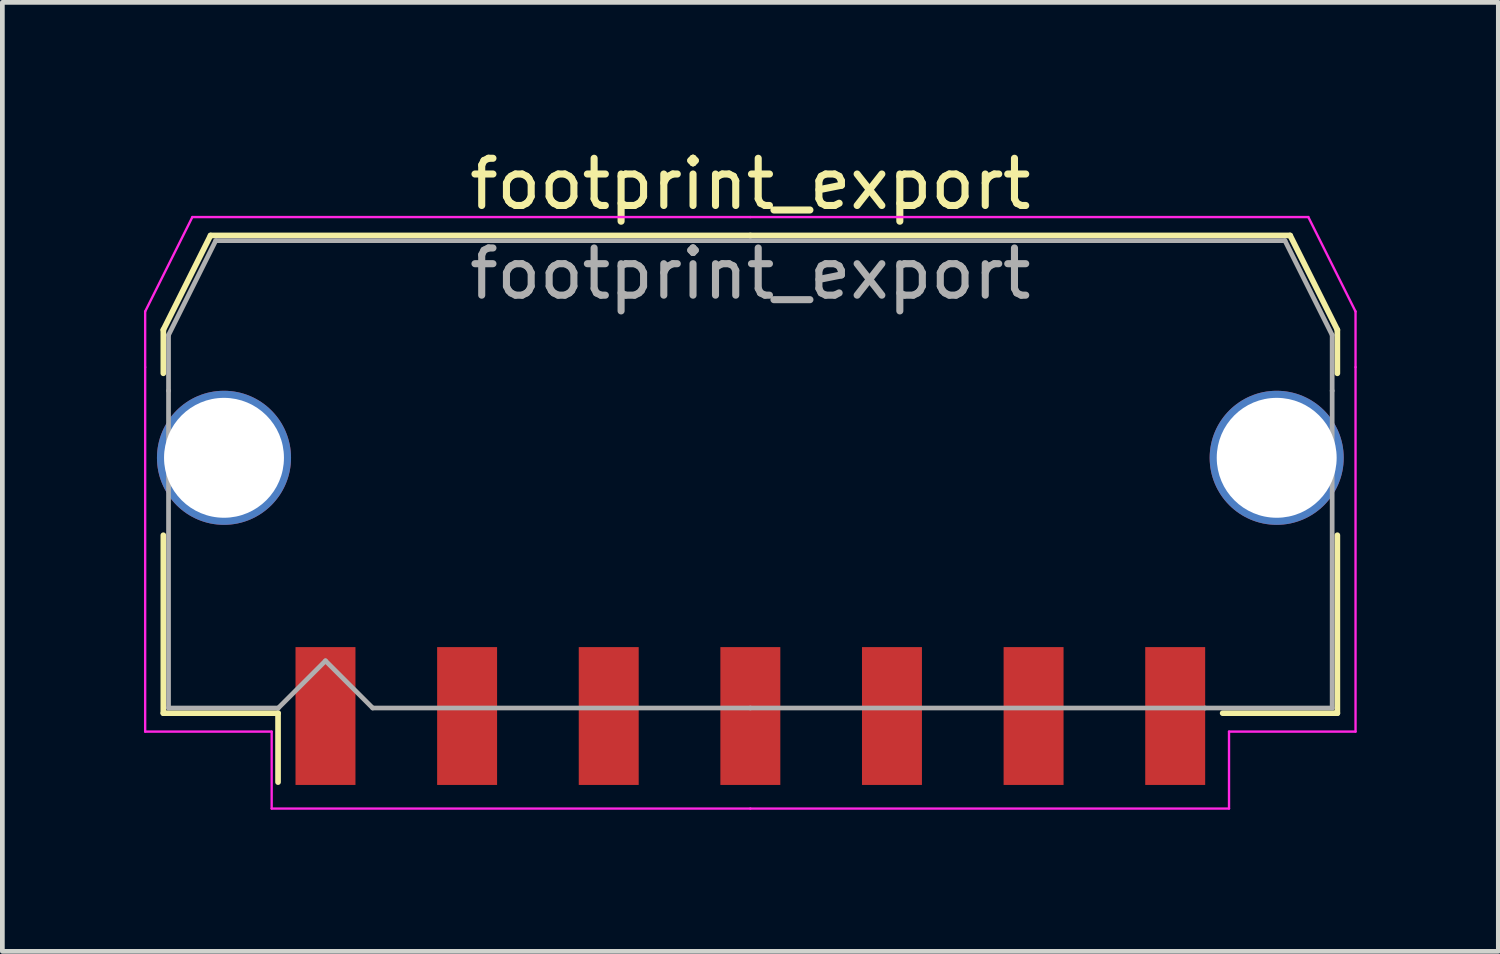
<source format=kicad_pcb>
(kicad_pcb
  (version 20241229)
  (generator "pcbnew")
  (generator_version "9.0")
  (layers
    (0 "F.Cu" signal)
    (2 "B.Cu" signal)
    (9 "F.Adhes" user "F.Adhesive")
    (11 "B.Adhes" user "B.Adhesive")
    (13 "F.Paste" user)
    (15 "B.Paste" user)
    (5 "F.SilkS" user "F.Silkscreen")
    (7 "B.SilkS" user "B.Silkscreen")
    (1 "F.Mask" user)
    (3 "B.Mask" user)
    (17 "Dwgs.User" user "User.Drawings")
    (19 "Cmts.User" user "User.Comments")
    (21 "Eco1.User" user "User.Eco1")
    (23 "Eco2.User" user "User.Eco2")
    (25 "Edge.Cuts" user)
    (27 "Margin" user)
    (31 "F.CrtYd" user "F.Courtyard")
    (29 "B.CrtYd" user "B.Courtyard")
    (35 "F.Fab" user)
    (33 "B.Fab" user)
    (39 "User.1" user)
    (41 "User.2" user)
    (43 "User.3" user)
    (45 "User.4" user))
  (footprint "footprint_export"
    (layer "F.Cu")
    (at 12.845 6.998)
    (property "Reference" "footprint_export" (at 0 -6.15 0) (layer "F.SilkS") (effects (font (size 1 1) (thickness 0.15))))
    (attr smd)
    (fp_line (start -12.435 -3.06) (end -12.435 -2.14) (stroke (width 0.12) (type solid)) (layer "F.SilkS"))
    (fp_line (start -12.435 1.29) (end -12.435 5.06) (stroke (width 0.12) (type solid)) (layer "F.SilkS"))
    (fp_line (start -12.435 5.06) (end -10.005 5.06) (stroke (width 0.12) (type solid)) (layer "F.SilkS"))
    (fp_line (start -11.435 -5.06) (end -12.435 -3.06) (stroke (width 0.12) (type solid)) (layer "F.SilkS"))
    (fp_line (start -10.005 5.06) (end -10.005 6.52) (stroke (width 0.12) (type solid)) (layer "F.SilkS"))
    (fp_line (start 0 -5.06) (end -11.435 -5.06) (stroke (width 0.12) (type solid)) (layer "F.SilkS"))
    (fp_line (start 0 -5.06) (end 11.435 -5.06) (stroke (width 0.12) (type solid)) (layer "F.SilkS"))
    (fp_line (start 11.435 -5.06) (end 12.435 -3.06) (stroke (width 0.12) (type solid)) (layer "F.SilkS"))
    (fp_line (start 12.435 -3.06) (end 12.435 -2.14) (stroke (width 0.12) (type solid)) (layer "F.SilkS"))
    (fp_line (start 12.435 1.29) (end 12.435 5.06) (stroke (width 0.12) (type solid)) (layer "F.SilkS"))
    (fp_line (start 12.435 5.06) (end 10.005 5.06) (stroke (width 0.12) (type solid)) (layer "F.SilkS"))
    (fp_line (start -12.82 -3.45) (end -12.82 -2.27) (stroke (width 0.05) (type solid)) (layer "F.CrtYd"))
    (fp_line (start -12.82 -2.27) (end -12.82 5.45) (stroke (width 0.05) (type solid)) (layer "F.CrtYd"))
    (fp_line (start -12.82 5.45) (end -10.14 5.45) (stroke (width 0.05) (type solid)) (layer "F.CrtYd"))
    (fp_line (start -11.82 -5.45) (end -12.82 -3.45) (stroke (width 0.05) (type solid)) (layer "F.CrtYd"))
    (fp_line (start -10.14 5.45) (end -10.14 7.08) (stroke (width 0.05) (type solid)) (layer "F.CrtYd"))
    (fp_line (start -10.14 7.08) (end 0 7.08) (stroke (width 0.05) (type solid)) (layer "F.CrtYd"))
    (fp_line (start 0 -5.45) (end -11.82 -5.45) (stroke (width 0.05) (type solid)) (layer "F.CrtYd"))
    (fp_line (start 0 -5.45) (end 11.82 -5.45) (stroke (width 0.05) (type solid)) (layer "F.CrtYd"))
    (fp_line (start 10.14 5.45) (end 10.14 7.08) (stroke (width 0.05) (type solid)) (layer "F.CrtYd"))
    (fp_line (start 10.14 7.08) (end 0 7.08) (stroke (width 0.05) (type solid)) (layer "F.CrtYd"))
    (fp_line (start 11.82 -5.45) (end 12.82 -3.45) (stroke (width 0.05) (type solid)) (layer "F.CrtYd"))
    (fp_line (start 12.82 -3.45) (end 12.82 -2.27) (stroke (width 0.05) (type solid)) (layer "F.CrtYd"))
    (fp_line (start 12.82 -2.27) (end 12.82 5.45) (stroke (width 0.05) (type solid)) (layer "F.CrtYd"))
    (fp_line (start 12.82 5.45) (end 10.14 5.45) (stroke (width 0.05) (type solid)) (layer "F.CrtYd"))
    (fp_line (start -12.325 -2.95) (end -12.325 -1.77) (stroke (width 0.1) (type solid)) (layer "F.Fab"))
    (fp_line (start -12.325 -1.77) (end -12.325 4.95) (stroke (width 0.1) (type solid)) (layer "F.Fab"))
    (fp_line (start -12.325 4.95) (end -10 4.95) (stroke (width 0.1) (type solid)) (layer "F.Fab"))
    (fp_line (start -11.325 -4.95) (end -12.325 -2.95) (stroke (width 0.1) (type solid)) (layer "F.Fab"))
    (fp_line (start -10 4.95) (end -9 3.95) (stroke (width 0.1) (type solid)) (layer "F.Fab"))
    (fp_line (start -9 3.95) (end -8 4.95) (stroke (width 0.1) (type solid)) (layer "F.Fab"))
    (fp_line (start -8 4.95) (end 0 4.95) (stroke (width 0.1) (type solid)) (layer "F.Fab"))
    (fp_line (start 0 -4.95) (end -11.325 -4.95) (stroke (width 0.1) (type solid)) (layer "F.Fab"))
    (fp_line (start 0 -4.95) (end 11.325 -4.95) (stroke (width 0.1) (type solid)) (layer "F.Fab"))
    (fp_line (start 9.635 4.95) (end 0 4.95) (stroke (width 0.1) (type solid)) (layer "F.Fab"))
    (fp_line (start 11.325 -4.95) (end 12.325 -2.95) (stroke (width 0.1) (type solid)) (layer "F.Fab"))
    (fp_line (start 12.325 -2.95) (end 12.325 -1.77) (stroke (width 0.1) (type solid)) (layer "F.Fab"))
    (fp_line (start 12.325 -1.77) (end 12.325 4.95) (stroke (width 0.1) (type solid)) (layer "F.Fab"))
    (fp_line (start 12.325 4.95) (end 9.635 4.95) (stroke (width 0.1) (type solid)) (layer "F.Fab"))
    (fp_text user "${REFERENCE}" (at 0 -4.25 0) (layer "F.Fab") (effects (font (size 1 1) (thickness 0.15))))
    (pad "1" smd rect (at -9 5.12) (size 1.27 2.92) (layers "F.Cu" "F.Mask" "F.Paste"))
    (pad "2" smd rect (at -6 5.12) (size 1.27 2.92) (layers "F.Cu" "F.Mask" "F.Paste"))
    (pad "3" smd rect (at -3 5.12) (size 1.27 2.92) (layers "F.Cu" "F.Mask" "F.Paste"))
    (pad "4" smd rect (at 0 5.12) (size 1.27 2.92) (layers "F.Cu" "F.Mask" "F.Paste"))
    (pad "5" smd rect (at 3 5.12) (size 1.27 2.92) (layers "F.Cu" "F.Mask" "F.Paste"))
    (pad "6" smd rect (at 6 5.12) (size 1.27 2.92) (layers "F.Cu" "F.Mask" "F.Paste"))
    (pad "7" smd rect (at 9 5.12) (size 1.27 2.92) (layers "F.Cu" "F.Mask" "F.Paste"))
    (pad "MP" thru_hole circle (at -11.15 -0.35) (size 2.84 2.84) (drill 2.54) (layers "*.Cu" "*.Mask"))
    (pad "MP" thru_hole circle (at 11.15 -0.35) (size 2.84 2.84) (drill 2.54) (layers "*.Cu" "*.Mask")))
  (gr_rect
    (start -3 -3)
    (end 28.69 17.103)
    (stroke (width 0.1) (type default))
    (fill no)
    (layer "Edge.Cuts")))
</source>
